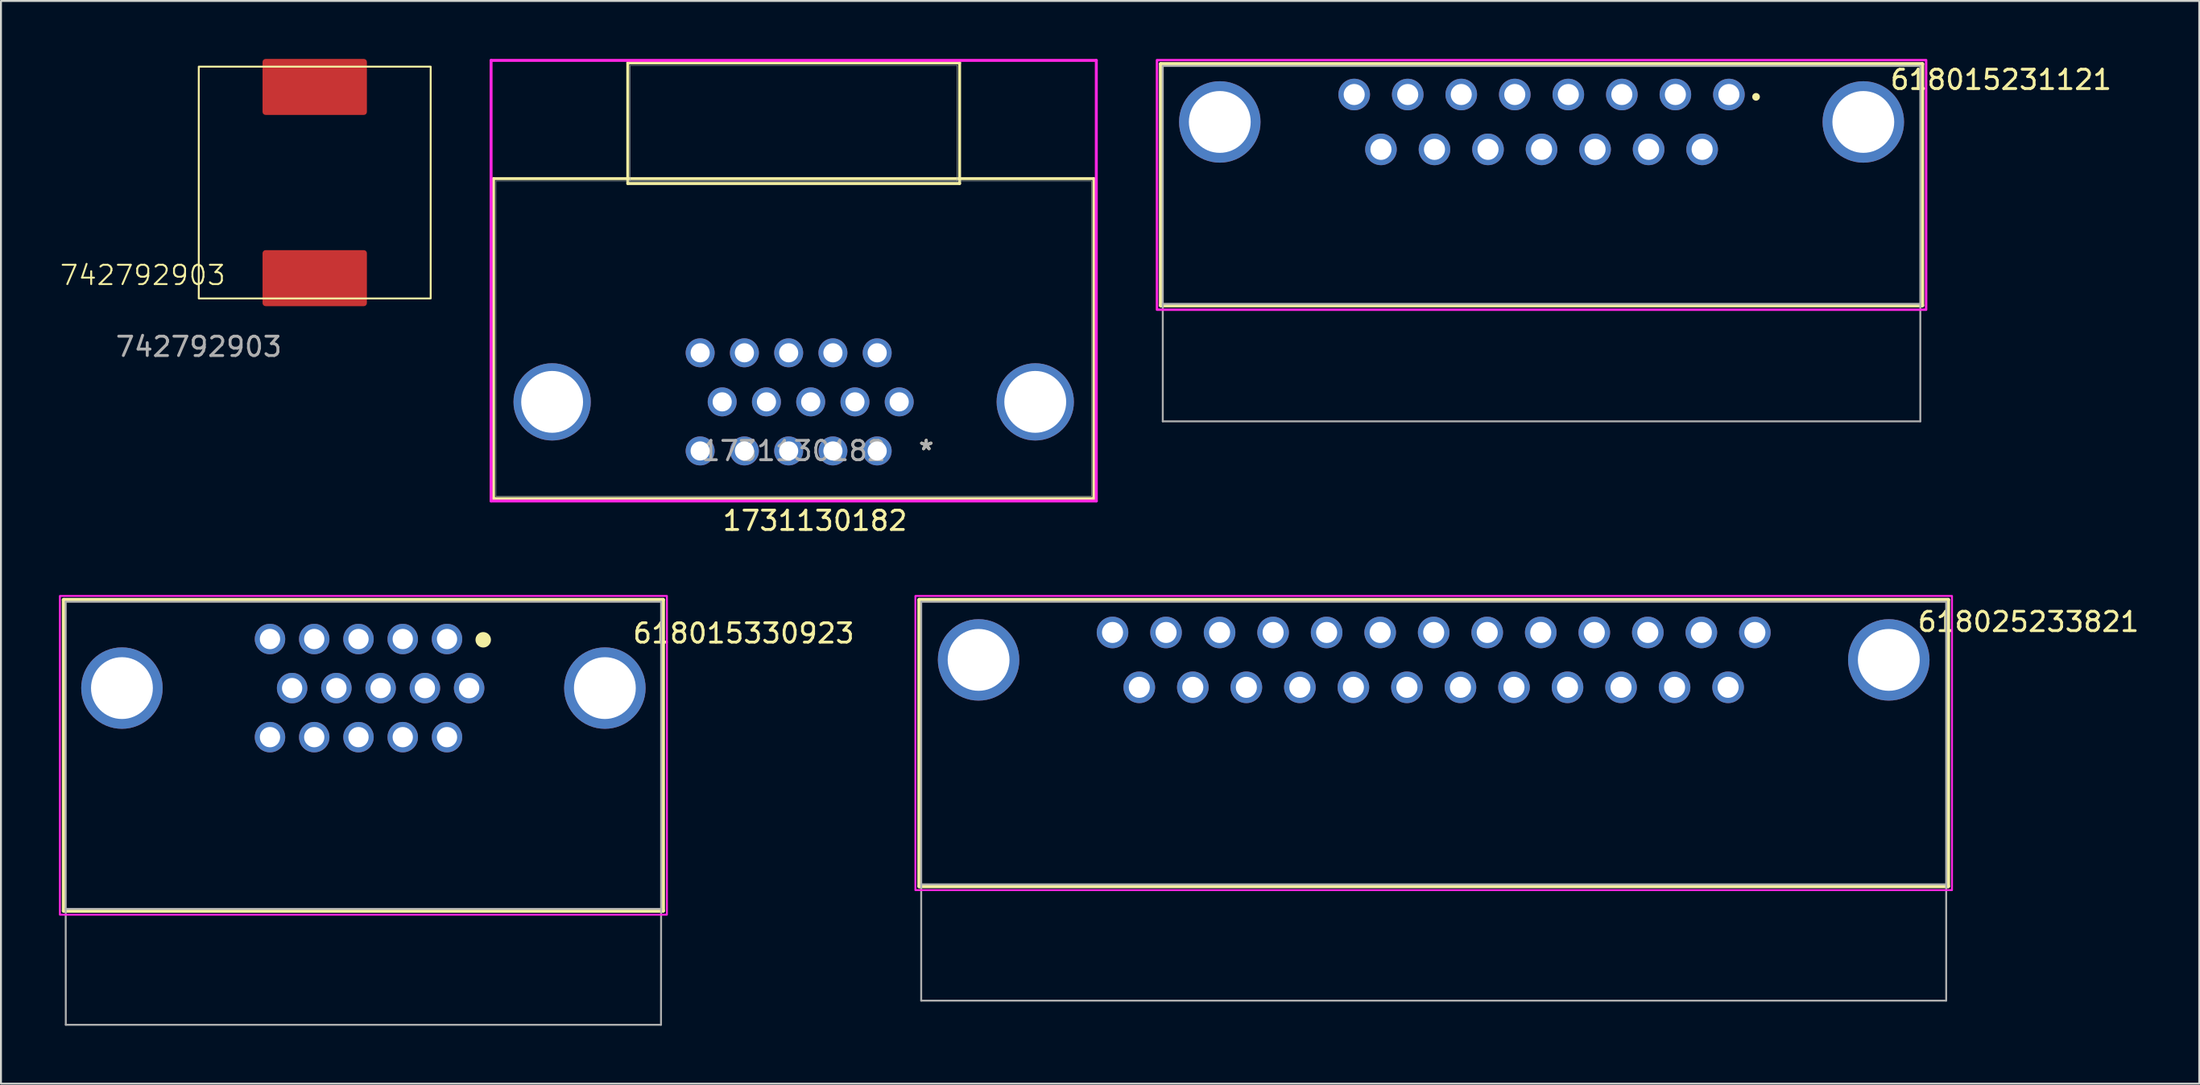
<source format=kicad_pcb>
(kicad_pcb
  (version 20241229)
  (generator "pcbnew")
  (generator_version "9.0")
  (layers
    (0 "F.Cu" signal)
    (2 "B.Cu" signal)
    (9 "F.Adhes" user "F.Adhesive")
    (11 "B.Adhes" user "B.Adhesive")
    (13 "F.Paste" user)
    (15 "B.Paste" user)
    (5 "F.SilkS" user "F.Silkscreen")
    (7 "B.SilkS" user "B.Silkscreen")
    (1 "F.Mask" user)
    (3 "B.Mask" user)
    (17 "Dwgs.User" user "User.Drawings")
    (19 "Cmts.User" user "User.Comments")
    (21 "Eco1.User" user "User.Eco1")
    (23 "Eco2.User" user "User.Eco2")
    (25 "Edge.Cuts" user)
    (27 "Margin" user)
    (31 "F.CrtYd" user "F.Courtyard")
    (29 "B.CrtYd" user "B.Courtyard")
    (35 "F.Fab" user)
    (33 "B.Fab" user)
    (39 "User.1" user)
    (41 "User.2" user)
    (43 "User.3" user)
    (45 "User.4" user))
  (footprint "742792903"
    (layer "F.Cu")
    (at 7.236 12.4)
    (property "Reference" "742792903" (at -2.9 -1.2 0) (unlocked yes) (layer "F.SilkS") (effects (font (size 1 1) (thickness 0.1))))
    (attr smd)
    (fp_rect (start 0 -12) (end 12 0) (stroke (width 0.1) (type default)) (fill no) (layer "F.SilkS"))
    (fp_text user "${REFERENCE}" (at 0 2.5 0) (unlocked yes) (layer "F.Fab") (effects (font (size 1 1) (thickness 0.15))))
    (pad "1" smd roundrect (at 6 -10.95) (size 5.4 2.9) (layers "F.Cu" "F.Mask" "F.Paste") (roundrect_rratio 0.055))
    (pad "2" smd roundrect (at 6 -1.05) (size 5.4 2.9) (layers "F.Cu" "F.Mask" "F.Paste") (roundrect_rratio 0.055)))
  (footprint "618015231121"
    (layer "F.Cu")
    (at 76.72 9.563)
    (property "Reference" "618015231121" (at 23.775 -8.485 0) (layer "F.SilkS") (effects (font (size 1 1) (thickness 0.15))))
    (attr through_hole)
    (fp_line (start -19.7 -9.3) (end 19.7 -9.3) (stroke (width 0.2) (type solid)) (layer "F.SilkS"))
    (fp_line (start -19.7 3.2) (end -19.7 -9.3) (stroke (width 0.2) (type solid)) (layer "F.SilkS"))
    (fp_line (start 19.7 -9.3) (end 19.7 3.2) (stroke (width 0.2) (type solid)) (layer "F.SilkS"))
    (fp_line (start 19.7 3.2) (end -19.7 3.2) (stroke (width 0.2) (type solid)) (layer "F.SilkS"))
    (fp_circle (center 11.1 -7.6) (end 11.2 -7.6) (stroke (width 0.2) (type solid)) (fill no) (layer "F.SilkS"))
    (fp_poly (pts (xy -19.9 -9.5) (xy 19.9 -9.5) (xy 19.9 3.42) (xy -19.9 3.42)) (stroke (width 0.127) (type solid)) (fill no) (layer "F.CrtYd"))
    (fp_line (start -19.6 -9.2) (end 19.6 -9.2) (stroke (width 0.1) (type solid)) (layer "F.Fab"))
    (fp_line (start -19.6 3.12) (end -19.6 -9.2) (stroke (width 0.1) (type solid)) (layer "F.Fab"))
    (fp_line (start -19.6 9.2) (end -19.6 3.12) (stroke (width 0.1) (type solid)) (layer "F.Fab"))
    (fp_line (start 19.6 -9.2) (end 19.6 3.12) (stroke (width 0.1) (type solid)) (layer "F.Fab"))
    (fp_line (start 19.6 3.12) (end -19.6 3.12) (stroke (width 0.1) (type solid)) (layer "F.Fab"))
    (fp_line (start 19.6 3.12) (end 19.6 9.2) (stroke (width 0.1) (type solid)) (layer "F.Fab"))
    (fp_line (start 19.6 9.2) (end -19.6 9.2) (stroke (width 0.1) (type solid)) (layer "F.Fab"))
    (pad "1" thru_hole circle (at 9.695 -7.72) (size 1.635 1.635) (drill 1.09) (layers "*.Cu" "*.Mask"))
    (pad "2" thru_hole circle (at 6.925 -7.72) (size 1.635 1.635) (drill 1.09) (layers "*.Cu" "*.Mask"))
    (pad "3" thru_hole circle (at 4.155 -7.72) (size 1.635 1.635) (drill 1.09) (layers "*.Cu" "*.Mask"))
    (pad "4" thru_hole circle (at 1.385 -7.72) (size 1.635 1.635) (drill 1.09) (layers "*.Cu" "*.Mask"))
    (pad "5" thru_hole circle (at -1.385 -7.72) (size 1.635 1.635) (drill 1.09) (layers "*.Cu" "*.Mask"))
    (pad "6" thru_hole circle (at -4.155 -7.72) (size 1.635 1.635) (drill 1.09) (layers "*.Cu" "*.Mask"))
    (pad "7" thru_hole circle (at -6.925 -7.72) (size 1.635 1.635) (drill 1.09) (layers "*.Cu" "*.Mask"))
    (pad "8" thru_hole circle (at -9.695 -7.72) (size 1.635 1.635) (drill 1.09) (layers "*.Cu" "*.Mask"))
    (pad "9" thru_hole circle (at 8.31 -4.88) (size 1.635 1.635) (drill 1.09) (layers "*.Cu" "*.Mask"))
    (pad "10" thru_hole circle (at 5.54 -4.88) (size 1.635 1.635) (drill 1.09) (layers "*.Cu" "*.Mask"))
    (pad "11" thru_hole circle (at 2.77 -4.88) (size 1.635 1.635) (drill 1.09) (layers "*.Cu" "*.Mask"))
    (pad "12" thru_hole circle (at 0 -4.88) (size 1.635 1.635) (drill 1.09) (layers "*.Cu" "*.Mask"))
    (pad "13" thru_hole circle (at -2.77 -4.88) (size 1.635 1.635) (drill 1.09) (layers "*.Cu" "*.Mask"))
    (pad "14" thru_hole circle (at -5.54 -4.88) (size 1.635 1.635) (drill 1.09) (layers "*.Cu" "*.Mask"))
    (pad "15" thru_hole circle (at -8.31 -4.88) (size 1.635 1.635) (drill 1.09) (layers "*.Cu" "*.Mask"))
    (pad "S1" thru_hole circle (at -16.65 -6.3) (size 4.216 4.216) (drill 3.2) (layers "*.Cu" "*.Mask"))
    (pad "S2" thru_hole circle (at 16.65 -6.3) (size 4.216 4.216) (drill 3.2) (layers "*.Cu" "*.Mask")))
  (footprint "618025233821"
    (layer "F.Cu")
    (at 71.139 38.428)
    (property "Reference" "618025233821" (at 30.775 -9.285 0) (layer "F.SilkS") (effects (font (size 1 1) (thickness 0.15))))
    (attr through_hole)
    (fp_line (start -26.62 -10.425) (end 26.62 -10.425) (stroke (width 0.2) (type solid)) (layer "F.SilkS"))
    (fp_line (start -26.62 4.405) (end -26.62 -10.425) (stroke (width 0.2) (type solid)) (layer "F.SilkS"))
    (fp_line (start 26.62 -10.425) (end 26.62 4.405) (stroke (width 0.2) (type solid)) (layer "F.SilkS"))
    (fp_line (start 26.62 4.405) (end -26.62 4.405) (stroke (width 0.2) (type solid)) (layer "F.SilkS"))
    (fp_poly (pts (xy -26.82 -10.625) (xy 26.82 -10.625) (xy 26.82 4.605) (xy -26.82 4.605)) (stroke (width 0.1) (type solid)) (fill no) (layer "F.CrtYd"))
    (fp_line (start -26.52 -10.325) (end 26.52 -10.325) (stroke (width 0.1) (type solid)) (layer "F.Fab"))
    (fp_line (start -26.52 4.305) (end -26.52 -10.325) (stroke (width 0.1) (type solid)) (layer "F.Fab"))
    (fp_line (start -26.52 10.325) (end -26.52 4.305) (stroke (width 0.1) (type solid)) (layer "F.Fab"))
    (fp_line (start 26.52 -10.325) (end 26.52 4.305) (stroke (width 0.1) (type solid)) (layer "F.Fab"))
    (fp_line (start 26.52 4.305) (end -26.52 4.305) (stroke (width 0.1) (type solid)) (layer "F.Fab"))
    (fp_line (start 26.52 4.305) (end 26.52 10.325) (stroke (width 0.1) (type solid)) (layer "F.Fab"))
    (fp_line (start 26.52 10.325) (end -26.52 10.325) (stroke (width 0.1) (type solid)) (layer "F.Fab"))
    (pad "1" thru_hole circle (at 16.62 -8.735) (size 1.635 1.635) (drill 1.09) (layers "*.Cu" "*.Mask"))
    (pad "2" thru_hole circle (at 13.85 -8.735) (size 1.635 1.635) (drill 1.09) (layers "*.Cu" "*.Mask"))
    (pad "3" thru_hole circle (at 11.08 -8.735) (size 1.635 1.635) (drill 1.09) (layers "*.Cu" "*.Mask"))
    (pad "4" thru_hole circle (at 8.31 -8.735) (size 1.635 1.635) (drill 1.09) (layers "*.Cu" "*.Mask"))
    (pad "5" thru_hole circle (at 5.54 -8.735) (size 1.635 1.635) (drill 1.09) (layers "*.Cu" "*.Mask"))
    (pad "6" thru_hole circle (at 2.77 -8.735) (size 1.635 1.635) (drill 1.09) (layers "*.Cu" "*.Mask"))
    (pad "7" thru_hole circle (at 0 -8.735) (size 1.635 1.635) (drill 1.09) (layers "*.Cu" "*.Mask"))
    (pad "8" thru_hole circle (at -2.77 -8.735) (size 1.635 1.635) (drill 1.09) (layers "*.Cu" "*.Mask"))
    (pad "9" thru_hole circle (at -5.54 -8.735) (size 1.635 1.635) (drill 1.09) (layers "*.Cu" "*.Mask"))
    (pad "10" thru_hole circle (at -8.31 -8.735) (size 1.635 1.635) (drill 1.09) (layers "*.Cu" "*.Mask"))
    (pad "11" thru_hole circle (at -11.08 -8.735) (size 1.635 1.635) (drill 1.09) (layers "*.Cu" "*.Mask"))
    (pad "12" thru_hole circle (at -13.85 -8.735) (size 1.635 1.635) (drill 1.09) (layers "*.Cu" "*.Mask"))
    (pad "13" thru_hole circle (at -16.62 -8.735) (size 1.635 1.635) (drill 1.09) (layers "*.Cu" "*.Mask"))
    (pad "14" thru_hole circle (at 15.235 -5.895) (size 1.635 1.635) (drill 1.09) (layers "*.Cu" "*.Mask"))
    (pad "15" thru_hole circle (at 12.465 -5.895) (size 1.635 1.635) (drill 1.09) (layers "*.Cu" "*.Mask"))
    (pad "16" thru_hole circle (at 9.695 -5.895) (size 1.635 1.635) (drill 1.09) (layers "*.Cu" "*.Mask"))
    (pad "17" thru_hole circle (at 6.925 -5.895) (size 1.635 1.635) (drill 1.09) (layers "*.Cu" "*.Mask"))
    (pad "18" thru_hole circle (at 4.155 -5.895) (size 1.635 1.635) (drill 1.09) (layers "*.Cu" "*.Mask"))
    (pad "19" thru_hole circle (at 1.385 -5.895) (size 1.635 1.635) (drill 1.09) (layers "*.Cu" "*.Mask"))
    (pad "20" thru_hole circle (at -1.385 -5.895) (size 1.635 1.635) (drill 1.09) (layers "*.Cu" "*.Mask"))
    (pad "21" thru_hole circle (at -4.155 -5.895) (size 1.635 1.635) (drill 1.09) (layers "*.Cu" "*.Mask"))
    (pad "22" thru_hole circle (at -6.925 -5.895) (size 1.635 1.635) (drill 1.09) (layers "*.Cu" "*.Mask"))
    (pad "23" thru_hole circle (at -9.695 -5.895) (size 1.635 1.635) (drill 1.09) (layers "*.Cu" "*.Mask"))
    (pad "24" thru_hole circle (at -12.465 -5.895) (size 1.635 1.635) (drill 1.09) (layers "*.Cu" "*.Mask"))
    (pad "25" thru_hole circle (at -15.235 -5.895) (size 1.635 1.635) (drill 1.09) (layers "*.Cu" "*.Mask"))
    (pad "S1" thru_hole circle (at -23.55 -7.315) (size 4.216 4.216) (drill 3.2) (layers "*.Cu" "*.Mask"))
    (pad "S2" thru_hole circle (at 23.55 -7.315) (size 4.216 4.216) (drill 3.2) (layers "*.Cu" "*.Mask")))
  (footprint "618015330923"
    (layer "F.Cu")
    (at 15.755 39.053)
    (property "Reference" "618015330923" (at 19.675 -9.315 0) (layer "F.SilkS") (effects (font (size 1 1) (thickness 0.15))))
    (attr through_hole)
    (fp_line (start -15.505 -11.05) (end 15.505 -11.05) (stroke (width 0.2) (type solid)) (layer "F.SilkS"))
    (fp_line (start -15.505 5.05) (end -15.505 -11.05) (stroke (width 0.2) (type solid)) (layer "F.SilkS"))
    (fp_line (start 15.505 -11.05) (end 15.505 5.05) (stroke (width 0.2) (type solid)) (layer "F.SilkS"))
    (fp_line (start 15.505 5.05) (end -15.505 5.05) (stroke (width 0.2) (type solid)) (layer "F.SilkS"))
    (fp_circle (center 6.2 -8.98) (end 6.4 -8.98) (stroke (width 0.4) (type solid)) (fill no) (layer "F.SilkS"))
    (fp_poly (pts (xy -15.705 -11.25) (xy 15.705 -11.25) (xy 15.705 5.25) (xy -15.705 5.25)) (stroke (width 0.1) (type solid)) (fill no) (layer "F.CrtYd"))
    (fp_line (start -15.405 -10.95) (end 15.405 -10.95) (stroke (width 0.1) (type solid)) (layer "F.Fab"))
    (fp_line (start -15.405 4.95) (end -15.405 -10.95) (stroke (width 0.1) (type solid)) (layer "F.Fab"))
    (fp_line (start -15.4 10.95) (end -15.405 4.95) (stroke (width 0.1) (type solid)) (layer "F.Fab"))
    (fp_line (start 15.4 10.95) (end -15.4 10.95) (stroke (width 0.1) (type solid)) (layer "F.Fab"))
    (fp_line (start 15.405 -10.95) (end 15.405 4.95) (stroke (width 0.1) (type solid)) (layer "F.Fab"))
    (fp_line (start 15.405 4.95) (end -15.405 4.95) (stroke (width 0.1) (type solid)) (layer "F.Fab"))
    (fp_line (start 15.405 4.95) (end 15.4 10.95) (stroke (width 0.1) (type solid)) (layer "F.Fab"))
    (pad "1" thru_hole circle (at 4.326 -9.02) (size 1.575 1.575) (drill 1.05) (layers "*.Cu" "*.Mask"))
    (pad "2" thru_hole circle (at 2.036 -9.02) (size 1.575 1.575) (drill 1.05) (layers "*.Cu" "*.Mask"))
    (pad "3" thru_hole circle (at -0.254 -9.02) (size 1.575 1.575) (drill 1.05) (layers "*.Cu" "*.Mask"))
    (pad "4" thru_hole circle (at -2.544 -9.02) (size 1.575 1.575) (drill 1.05) (layers "*.Cu" "*.Mask"))
    (pad "5" thru_hole circle (at -4.834 -9.02) (size 1.575 1.575) (drill 1.05) (layers "*.Cu" "*.Mask"))
    (pad "6" thru_hole circle (at 5.471 -6.48) (size 1.575 1.575) (drill 1.05) (layers "*.Cu" "*.Mask"))
    (pad "7" thru_hole circle (at 3.181 -6.48) (size 1.575 1.575) (drill 1.05) (layers "*.Cu" "*.Mask"))
    (pad "8" thru_hole circle (at 0.891 -6.48) (size 1.575 1.575) (drill 1.05) (layers "*.Cu" "*.Mask"))
    (pad "9" thru_hole circle (at -1.399 -6.48) (size 1.575 1.575) (drill 1.05) (layers "*.Cu" "*.Mask"))
    (pad "10" thru_hole circle (at -3.689 -6.48) (size 1.575 1.575) (drill 1.05) (layers "*.Cu" "*.Mask"))
    (pad "11" thru_hole circle (at 4.326 -3.94) (size 1.575 1.575) (drill 1.05) (layers "*.Cu" "*.Mask"))
    (pad "12" thru_hole circle (at 2.036 -3.94) (size 1.575 1.575) (drill 1.05) (layers "*.Cu" "*.Mask"))
    (pad "13" thru_hole circle (at -0.254 -3.94) (size 1.575 1.575) (drill 1.05) (layers "*.Cu" "*.Mask"))
    (pad "14" thru_hole circle (at -2.544 -3.94) (size 1.575 1.575) (drill 1.05) (layers "*.Cu" "*.Mask"))
    (pad "15" thru_hole circle (at -4.834 -3.94) (size 1.575 1.575) (drill 1.05) (layers "*.Cu" "*.Mask"))
    (pad "S1" thru_hole circle (at -12.495 -6.48) (size 4.216 4.216) (drill 3.2) (layers "*.Cu" "*.Mask"))
    (pad "S2" thru_hole circle (at 12.495 -6.48) (size 4.216 4.216) (drill 3.2) (layers "*.Cu" "*.Mask")))
  (footprint "1731130182"
    (layer "F.Cu")
    (at 42.341 20.295)
    (property "Reference" "1731130182" (at -3.22 3.61 0) (unlocked yes) (layer "F.SilkS") (effects (font (size 1 1) (thickness 0.15))))
    (attr through_hole)
    (fp_line (start -19.852 -14.097) (end -19.852 2.464) (stroke (width 0.152) (type solid)) (layer "F.SilkS"))
    (fp_line (start -19.852 2.464) (end 11.212 2.464) (stroke (width 0.152) (type solid)) (layer "F.SilkS"))
    (fp_line (start -12.905 -20.091) (end -12.905 -13.843) (stroke (width 0.152) (type solid)) (layer "F.SilkS"))
    (fp_line (start -12.905 -13.843) (end 4.265 -13.843) (stroke (width 0.152) (type solid)) (layer "F.SilkS"))
    (fp_line (start 4.265 -20.091) (end -12.905 -20.091) (stroke (width 0.152) (type solid)) (layer "F.SilkS"))
    (fp_line (start 4.265 -13.843) (end 4.265 -20.091) (stroke (width 0.152) (type solid)) (layer "F.SilkS"))
    (fp_line (start 11.212 -14.097) (end -19.852 -14.097) (stroke (width 0.152) (type solid)) (layer "F.SilkS"))
    (fp_line (start 11.212 2.464) (end 11.212 -14.097) (stroke (width 0.152) (type solid)) (layer "F.SilkS"))
    (fp_line (start -19.979 -20.218) (end -19.979 2.591) (stroke (width 0.152) (type solid)) (layer "F.CrtYd"))
    (fp_line (start -19.979 2.591) (end 11.339 2.591) (stroke (width 0.152) (type solid)) (layer "F.CrtYd"))
    (fp_line (start 11.339 -20.218) (end -19.979 -20.218) (stroke (width 0.152) (type solid)) (layer "F.CrtYd"))
    (fp_line (start 11.339 2.591) (end 11.339 -20.218) (stroke (width 0.152) (type solid)) (layer "F.CrtYd"))
    (fp_line (start -19.725 -13.97) (end -19.725 2.337) (stroke (width 0.025) (type solid)) (layer "F.Fab"))
    (fp_line (start -19.725 2.337) (end 11.085 2.337) (stroke (width 0.025) (type solid)) (layer "F.Fab"))
    (fp_line (start -12.778 -19.964) (end -12.778 -13.97) (stroke (width 0.025) (type solid)) (layer "F.Fab"))
    (fp_line (start -12.778 -13.97) (end 4.138 -13.97) (stroke (width 0.025) (type solid)) (layer "F.Fab"))
    (fp_line (start 4.138 -19.964) (end -12.778 -19.964) (stroke (width 0.025) (type solid)) (layer "F.Fab"))
    (fp_line (start 4.138 -13.97) (end 4.138 -19.964) (stroke (width 0.025) (type solid)) (layer "F.Fab"))
    (fp_line (start 11.085 -13.97) (end -19.725 -13.97) (stroke (width 0.025) (type solid)) (layer "F.Fab"))
    (fp_line (start 11.085 2.337) (end 11.085 -13.97) (stroke (width 0.025) (type solid)) (layer "F.Fab"))
    (fp_text user "*" (at 2.54 0 0) (unlocked yes) (layer "F.SilkS") (effects (font (size 1 1) (thickness 0.15))))
    (fp_text user "*" (at 2.54 0 0) (layer "F.SilkS") (effects (font (size 1 1) (thickness 0.15))))
    (fp_text user "*" (at 2.54 0 0) (unlocked yes) (layer "F.Fab") (effects (font (size 1 1) (thickness 0.15))))
    (fp_text user "${REFERENCE}" (at -4.32 0 0) (unlocked yes) (layer "F.Fab") (effects (font (size 1 1) (thickness 0.15))))
    (fp_text user "*" (at 2.54 0 0) (layer "F.Fab") (effects (font (size 1 1) (thickness 0.15))))
    (pad "1" thru_hole circle (at 0 0) (size 1.499 1.499) (drill 0.991) (layers "*.Cu" "*.Mask"))
    (pad "2" thru_hole circle (at -2.29 0) (size 1.499 1.499) (drill 0.991) (layers "*.Cu" "*.Mask"))
    (pad "3" thru_hole circle (at -4.58 0) (size 1.499 1.499) (drill 0.991) (layers "*.Cu" "*.Mask"))
    (pad "4" thru_hole circle (at -6.87 0) (size 1.499 1.499) (drill 0.991) (layers "*.Cu" "*.Mask"))
    (pad "5" thru_hole circle (at -9.16 0) (size 1.499 1.499) (drill 0.991) (layers "*.Cu" "*.Mask"))
    (pad "6" thru_hole circle (at 1.14 -2.54) (size 1.499 1.499) (drill 0.991) (layers "*.Cu" "*.Mask"))
    (pad "7" thru_hole circle (at -1.15 -2.54) (size 1.499 1.499) (drill 0.991) (layers "*.Cu" "*.Mask"))
    (pad "8" thru_hole circle (at -3.44 -2.54) (size 1.499 1.499) (drill 0.991) (layers "*.Cu" "*.Mask"))
    (pad "9" thru_hole circle (at -5.73 -2.54) (size 1.499 1.499) (drill 0.991) (layers "*.Cu" "*.Mask"))
    (pad "10" thru_hole circle (at -8.02 -2.54) (size 1.499 1.499) (drill 0.991) (layers "*.Cu" "*.Mask"))
    (pad "11" thru_hole circle (at 0 -5.08) (size 1.499 1.499) (drill 0.991) (layers "*.Cu" "*.Mask"))
    (pad "12" thru_hole circle (at -2.29 -5.08) (size 1.499 1.499) (drill 0.991) (layers "*.Cu" "*.Mask"))
    (pad "13" thru_hole circle (at -4.58 -5.08) (size 1.499 1.499) (drill 0.991) (layers "*.Cu" "*.Mask"))
    (pad "14" thru_hole circle (at -6.87 -5.08) (size 1.499 1.499) (drill 0.991) (layers "*.Cu" "*.Mask"))
    (pad "15" thru_hole circle (at -9.16 -5.08) (size 1.499 1.499) (drill 0.991) (layers "*.Cu" "*.Mask"))
    (pad "S1" thru_hole circle (at -16.82 -2.54) (size 4 4) (drill 3.2) (layers "*.Cu" "*.Mask"))
    (pad "S2" thru_hole circle (at 8.18 -2.54) (size 4 4) (drill 3.2) (layers "*.Cu" "*.Mask")))
  (gr_rect
    (start -3 -3)
    (end 110.754 53.053)
    (stroke (width 0.1) (type default))
    (fill no)
    (layer "Edge.Cuts")))
</source>
